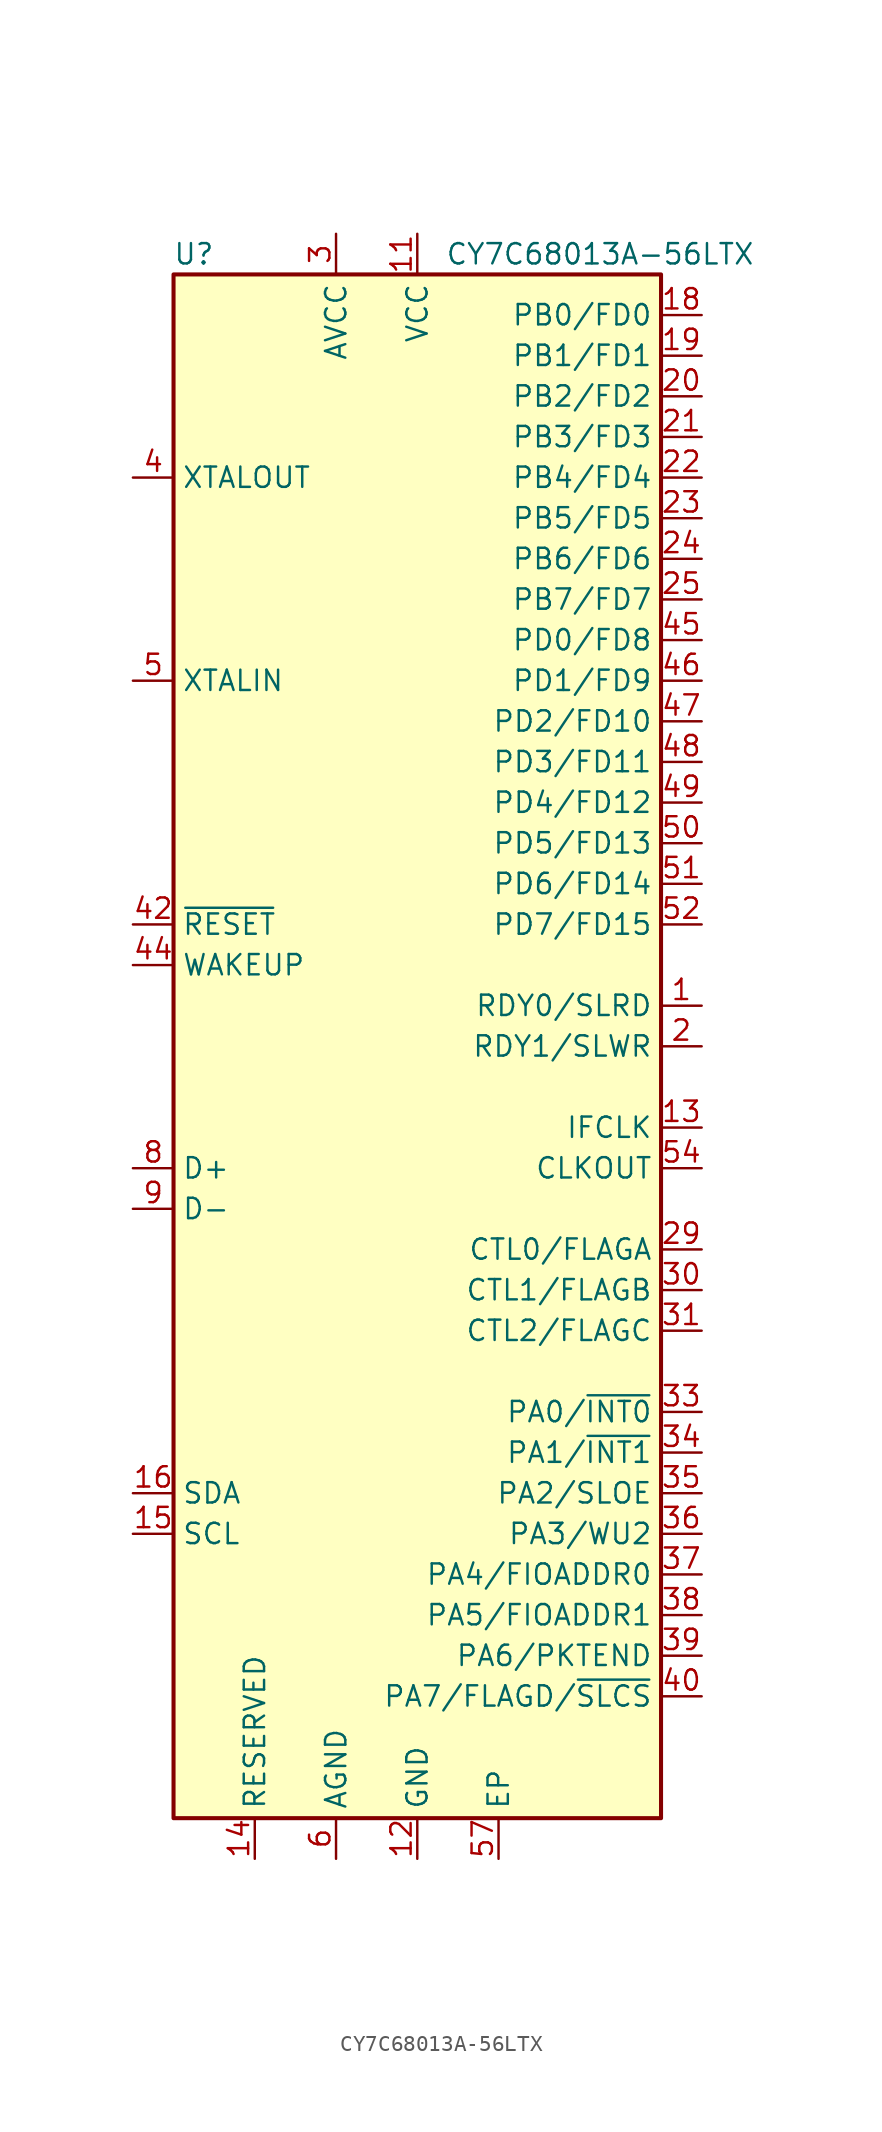
<source format=kicad_sym>
(kicad_symbol_lib
  (version 20201005)
  (generator kicad_symbol_editor)
  (symbol "MCU_Cypress:CY7C68013A-56LTX"
    (property "Reference" "U"
      (at -13.97 49.53 0)
      (effects (font (size 1.27 1.27))))
    (property "Value" "CY7C68013A-56LTX"
      (at 11.43 49.53 0)
      (effects (font (size 1.27 1.27))))
    (symbol "CY7C68013A-56LTX_0_1"
      (rectangle (start -15.24 48.26) (end 15.24 -48.26) (stroke (width 0.254)) (fill (type background))))
    (symbol "CY7C68013A-56LTX_1_1"
      (pin input line (at 17.78 2.54 180) (length 2.54) (name "RDY0/SLRD" (effects (font (size 1.27 1.27)))) (number "1" (effects (font (size 1.27 1.27)))))
      (pin passive line (at -5.08 -50.8 90) (length 2.54) hide (name "AGND" (effects (font (size 1.27 1.27)))) (number "10" (effects (font (size 1.27 1.27)))))
      (pin power_in line (at 0 50.8 270) (length 2.54) (name "VCC" (effects (font (size 1.27 1.27)))) (number "11" (effects (font (size 1.27 1.27)))))
      (pin power_in line (at 0 -50.8 90) (length 2.54) (name "GND" (effects (font (size 1.27 1.27)))) (number "12" (effects (font (size 1.27 1.27)))))
      (pin bidirectional line (at 17.78 -5.08 180) (length 2.54) (name "IFCLK" (effects (font (size 1.27 1.27)))) (number "13" (effects (font (size 1.27 1.27)))))
      (pin input line (at -10.16 -50.8 90) (length 2.54) (name "RESERVED" (effects (font (size 1.27 1.27)))) (number "14" (effects (font (size 1.27 1.27)))))
      (pin input line (at -17.78 -30.48 0) (length 2.54) (name "SCL" (effects (font (size 1.27 1.27)))) (number "15" (effects (font (size 1.27 1.27)))))
      (pin bidirectional line (at -17.78 -27.94 0) (length 2.54) (name "SDA" (effects (font (size 1.27 1.27)))) (number "16" (effects (font (size 1.27 1.27)))))
      (pin passive line (at 0 50.8 270) (length 2.54) hide (name "VCC" (effects (font (size 1.27 1.27)))) (number "17" (effects (font (size 1.27 1.27)))))
      (pin bidirectional line (at 17.78 45.72 180) (length 2.54) (name "PB0/FD0" (effects (font (size 1.27 1.27)))) (number "18" (effects (font (size 1.27 1.27)))))
      (pin bidirectional line (at 17.78 43.18 180) (length 2.54) (name "PB1/FD1" (effects (font (size 1.27 1.27)))) (number "19" (effects (font (size 1.27 1.27)))))
      (pin input line (at 17.78 0 180) (length 2.54) (name "RDY1/SLWR" (effects (font (size 1.27 1.27)))) (number "2" (effects (font (size 1.27 1.27)))))
      (pin bidirectional line (at 17.78 40.64 180) (length 2.54) (name "PB2/FD2" (effects (font (size 1.27 1.27)))) (number "20" (effects (font (size 1.27 1.27)))))
      (pin bidirectional line (at 17.78 38.1 180) (length 2.54) (name "PB3/FD3" (effects (font (size 1.27 1.27)))) (number "21" (effects (font (size 1.27 1.27)))))
      (pin bidirectional line (at 17.78 35.56 180) (length 2.54) (name "PB4/FD4" (effects (font (size 1.27 1.27)))) (number "22" (effects (font (size 1.27 1.27)))))
      (pin bidirectional line (at 17.78 33.02 180) (length 2.54) (name "PB5/FD5" (effects (font (size 1.27 1.27)))) (number "23" (effects (font (size 1.27 1.27)))))
      (pin bidirectional line (at 17.78 30.48 180) (length 2.54) (name "PB6/FD6" (effects (font (size 1.27 1.27)))) (number "24" (effects (font (size 1.27 1.27)))))
      (pin bidirectional line (at 17.78 27.94 180) (length 2.54) (name "PB7/FD7" (effects (font (size 1.27 1.27)))) (number "25" (effects (font (size 1.27 1.27)))))
      (pin passive line (at 0 -50.8 90) (length 2.54) hide (name "GND" (effects (font (size 1.27 1.27)))) (number "26" (effects (font (size 1.27 1.27)))))
      (pin passive line (at 0 50.8 270) (length 2.54) hide (name "VCC" (effects (font (size 1.27 1.27)))) (number "27" (effects (font (size 1.27 1.27)))))
      (pin passive line (at 0 -50.8 90) (length 2.54) hide (name "GND" (effects (font (size 1.27 1.27)))) (number "28" (effects (font (size 1.27 1.27)))))
      (pin output line (at 17.78 -12.7 180) (length 2.54) (name "CTL0/FLAGA" (effects (font (size 1.27 1.27)))) (number "29" (effects (font (size 1.27 1.27)))))
      (pin power_in line (at -5.08 50.8 270) (length 2.54) (name "AVCC" (effects (font (size 1.27 1.27)))) (number "3" (effects (font (size 1.27 1.27)))))
      (pin output line (at 17.78 -15.24 180) (length 2.54) (name "CTL1/FLAGB" (effects (font (size 1.27 1.27)))) (number "30" (effects (font (size 1.27 1.27)))))
      (pin output line (at 17.78 -17.78 180) (length 2.54) (name "CTL2/FLAGC" (effects (font (size 1.27 1.27)))) (number "31" (effects (font (size 1.27 1.27)))))
      (pin passive line (at 0 50.8 270) (length 2.54) hide (name "VCC" (effects (font (size 1.27 1.27)))) (number "32" (effects (font (size 1.27 1.27)))))
      (pin bidirectional line (at 17.78 -22.86 180) (length 2.54) (name "PA0/~INT0" (effects (font (size 1.27 1.27)))) (number "33" (effects (font (size 1.27 1.27)))))
      (pin bidirectional line (at 17.78 -25.4 180) (length 2.54) (name "PA1/~INT1" (effects (font (size 1.27 1.27)))) (number "34" (effects (font (size 1.27 1.27)))))
      (pin bidirectional line (at 17.78 -27.94 180) (length 2.54) (name "PA2/SLOE" (effects (font (size 1.27 1.27)))) (number "35" (effects (font (size 1.27 1.27)))))
      (pin bidirectional line (at 17.78 -30.48 180) (length 2.54) (name "PA3/WU2" (effects (font (size 1.27 1.27)))) (number "36" (effects (font (size 1.27 1.27)))))
      (pin bidirectional line (at 17.78 -33.02 180) (length 2.54) (name "PA4/FIOADDR0" (effects (font (size 1.27 1.27)))) (number "37" (effects (font (size 1.27 1.27)))))
      (pin bidirectional line (at 17.78 -35.56 180) (length 2.54) (name "PA5/FIOADDR1" (effects (font (size 1.27 1.27)))) (number "38" (effects (font (size 1.27 1.27)))))
      (pin bidirectional line (at 17.78 -38.1 180) (length 2.54) (name "PA6/PKTEND" (effects (font (size 1.27 1.27)))) (number "39" (effects (font (size 1.27 1.27)))))
      (pin output line (at -17.78 35.56 0) (length 2.54) (name "XTALOUT" (effects (font (size 1.27 1.27)))) (number "4" (effects (font (size 1.27 1.27)))))
      (pin bidirectional line (at 17.78 -40.64 180) (length 2.54) (name "PA7/FLAGD/~SLCS" (effects (font (size 1.27 1.27)))) (number "40" (effects (font (size 1.27 1.27)))))
      (pin passive line (at 0 -50.8 90) (length 2.54) hide (name "GND" (effects (font (size 1.27 1.27)))) (number "41" (effects (font (size 1.27 1.27)))))
      (pin input line (at -17.78 7.62 0) (length 2.54) (name "~RESET" (effects (font (size 1.27 1.27)))) (number "42" (effects (font (size 1.27 1.27)))))
      (pin passive line (at 0 50.8 270) (length 2.54) hide (name "VCC" (effects (font (size 1.27 1.27)))) (number "43" (effects (font (size 1.27 1.27)))))
      (pin input line (at -17.78 5.08 0) (length 2.54) (name "WAKEUP" (effects (font (size 1.27 1.27)))) (number "44" (effects (font (size 1.27 1.27)))))
      (pin bidirectional line (at 17.78 25.4 180) (length 2.54) (name "PD0/FD8" (effects (font (size 1.27 1.27)))) (number "45" (effects (font (size 1.27 1.27)))))
      (pin bidirectional line (at 17.78 22.86 180) (length 2.54) (name "PD1/FD9" (effects (font (size 1.27 1.27)))) (number "46" (effects (font (size 1.27 1.27)))))
      (pin bidirectional line (at 17.78 20.32 180) (length 2.54) (name "PD2/FD10" (effects (font (size 1.27 1.27)))) (number "47" (effects (font (size 1.27 1.27)))))
      (pin bidirectional line (at 17.78 17.78 180) (length 2.54) (name "PD3/FD11" (effects (font (size 1.27 1.27)))) (number "48" (effects (font (size 1.27 1.27)))))
      (pin bidirectional line (at 17.78 15.24 180) (length 2.54) (name "PD4/FD12" (effects (font (size 1.27 1.27)))) (number "49" (effects (font (size 1.27 1.27)))))
      (pin input line (at -17.78 22.86 0) (length 2.54) (name "XTALIN" (effects (font (size 1.27 1.27)))) (number "5" (effects (font (size 1.27 1.27)))))
      (pin bidirectional line (at 17.78 12.7 180) (length 2.54) (name "PD5/FD13" (effects (font (size 1.27 1.27)))) (number "50" (effects (font (size 1.27 1.27)))))
      (pin bidirectional line (at 17.78 10.16 180) (length 2.54) (name "PD6/FD14" (effects (font (size 1.27 1.27)))) (number "51" (effects (font (size 1.27 1.27)))))
      (pin bidirectional line (at 17.78 7.62 180) (length 2.54) (name "PD7/FD15" (effects (font (size 1.27 1.27)))) (number "52" (effects (font (size 1.27 1.27)))))
      (pin passive line (at 0 -50.8 90) (length 2.54) hide (name "GND" (effects (font (size 1.27 1.27)))) (number "53" (effects (font (size 1.27 1.27)))))
      (pin output line (at 17.78 -7.62 180) (length 2.54) (name "CLKOUT" (effects (font (size 1.27 1.27)))) (number "54" (effects (font (size 1.27 1.27)))))
      (pin passive line (at 0 50.8 270) (length 2.54) hide (name "VCC" (effects (font (size 1.27 1.27)))) (number "55" (effects (font (size 1.27 1.27)))))
      (pin passive line (at 0 -50.8 90) (length 2.54) hide (name "GND" (effects (font (size 1.27 1.27)))) (number "56" (effects (font (size 1.27 1.27)))))
      (pin input line (at 5.08 -50.8 90) (length 2.54) (name "EP" (effects (font (size 1.27 1.27)))) (number "57" (effects (font (size 1.27 1.27)))))
      (pin power_in line (at -5.08 -50.8 90) (length 2.54) (name "AGND" (effects (font (size 1.27 1.27)))) (number "6" (effects (font (size 1.27 1.27)))))
      (pin passive line (at -5.08 50.8 270) (length 2.54) hide (name "AVCC" (effects (font (size 1.27 1.27)))) (number "7" (effects (font (size 1.27 1.27)))))
      (pin bidirectional line (at -17.78 -7.62 0) (length 2.54) (name "D+" (effects (font (size 1.27 1.27)))) (number "8" (effects (font (size 1.27 1.27)))))
      (pin bidirectional line (at -17.78 -10.16 0) (length 2.54) (name "D-" (effects (font (size 1.27 1.27)))) (number "9" (effects (font (size 1.27 1.27))))))))
</source>
